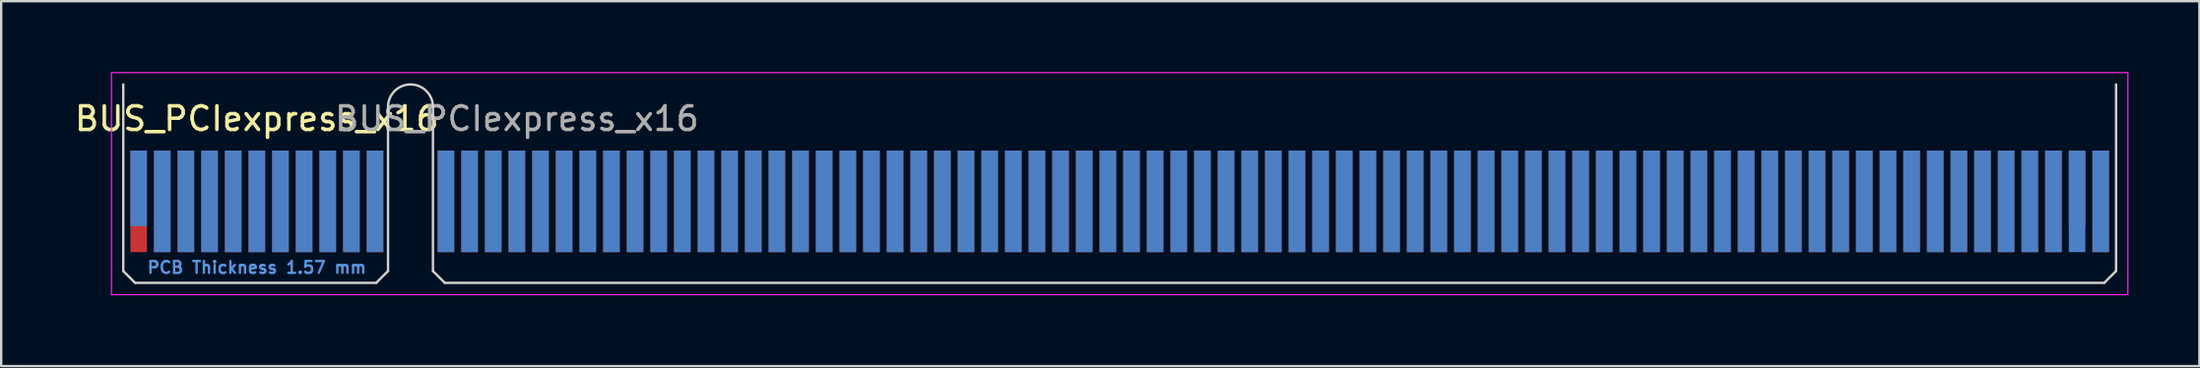
<source format=kicad_pcb>
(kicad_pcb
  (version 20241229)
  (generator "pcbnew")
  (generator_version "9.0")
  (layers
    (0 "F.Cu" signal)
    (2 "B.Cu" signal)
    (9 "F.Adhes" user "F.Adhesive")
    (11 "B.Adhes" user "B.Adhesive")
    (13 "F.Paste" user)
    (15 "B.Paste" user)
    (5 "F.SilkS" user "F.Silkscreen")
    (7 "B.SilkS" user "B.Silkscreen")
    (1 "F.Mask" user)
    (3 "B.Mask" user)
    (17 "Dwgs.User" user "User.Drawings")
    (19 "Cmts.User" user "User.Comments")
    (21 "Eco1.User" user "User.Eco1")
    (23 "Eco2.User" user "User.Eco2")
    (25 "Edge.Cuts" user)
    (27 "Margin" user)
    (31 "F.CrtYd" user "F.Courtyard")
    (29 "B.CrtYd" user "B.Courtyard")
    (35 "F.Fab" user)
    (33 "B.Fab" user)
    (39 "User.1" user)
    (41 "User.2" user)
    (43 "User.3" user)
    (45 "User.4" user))
  (footprint "BUS_PCIexpress_x16"
    (layer "F.Cu")
    (at 2.815 5.475)
    (property "Reference" "BUS_PCIexpress_x16" (at 5 -3.5 0) (layer "F.SilkS") (effects (font (size 1 1) (thickness 0.15))))
    (attr exclude_from_pos_files exclude_from_bom)
    (fp_line (start -0.65 -4.95) (end -0.65 2.95) (stroke (width 0.1) (type solid)) (layer "Edge.Cuts"))
    (fp_line (start -0.65 2.95) (end -0.15 3.45) (stroke (width 0.1) (type solid)) (layer "Edge.Cuts"))
    (fp_line (start -0.15 3.45) (end 10.05 3.45) (stroke (width 0.1) (type solid)) (layer "Edge.Cuts"))
    (fp_line (start 10.55 -4) (end 10.55 2.95) (stroke (width 0.1) (type solid)) (layer "Edge.Cuts"))
    (fp_line (start 10.55 2.95) (end 10.05 3.45) (stroke (width 0.1) (type solid)) (layer "Edge.Cuts"))
    (fp_line (start 12.45 -4) (end 12.45 2.95) (stroke (width 0.1) (type solid)) (layer "Edge.Cuts"))
    (fp_line (start 12.45 2.95) (end 12.95 3.45) (stroke (width 0.1) (type solid)) (layer "Edge.Cuts"))
    (fp_line (start 12.95 3.45) (end 83.15 3.45) (stroke (width 0.1) (type solid)) (layer "Edge.Cuts"))
    (fp_line (start 83.65 -4.95) (end 83.65 2.95) (stroke (width 0.1) (type solid)) (layer "Edge.Cuts"))
    (fp_line (start 83.65 2.95) (end 83.15 3.45) (stroke (width 0.1) (type solid)) (layer "Edge.Cuts"))
    (fp_arc (start 10.55 -4) (mid 11.5 -4.95) (end 12.45 -4) (stroke (width 0.1) (type solid)) (layer "Edge.Cuts"))
    (fp_line (start -1.15 -5.45) (end -1.15 3.95) (stroke (width 0.05) (type solid)) (layer "F.CrtYd"))
    (fp_line (start -1.15 -5.45) (end 84.15 -5.45) (stroke (width 0.05) (type solid)) (layer "F.CrtYd"))
    (fp_line (start 84.15 3.95) (end -1.15 3.95) (stroke (width 0.05) (type solid)) (layer "F.CrtYd"))
    (fp_line (start 84.15 3.95) (end 84.15 -5.45) (stroke (width 0.05) (type solid)) (layer "F.CrtYd"))
    (fp_text user "PCB Thickness 1.57 mm" (at 5 2.8 180) (layer "Cmts.User") (effects (font (size 0.5 0.5) (thickness 0.1))))
    (fp_text user "${REFERENCE}" (at 16 -3.5 0) (layer "F.Fab") (effects (font (size 1 1) (thickness 0.15))))
    (pad "A1" connect rect (at 0 -0.55) (size 0.7 3.2) (layers "B.Cu" "B.Mask"))
    (pad "A2" connect rect (at 1 0) (size 0.7 4.3) (layers "B.Cu" "B.Mask"))
    (pad "A3" connect rect (at 2 0) (size 0.7 4.3) (layers "B.Cu" "B.Mask"))
    (pad "A4" connect rect (at 3 0) (size 0.7 4.3) (layers "B.Cu" "B.Mask"))
    (pad "A5" connect rect (at 4 0) (size 0.7 4.3) (layers "B.Cu" "B.Mask"))
    (pad "A6" connect rect (at 5 0) (size 0.7 4.3) (layers "B.Cu" "B.Mask"))
    (pad "A7" connect rect (at 6 0) (size 0.7 4.3) (layers "B.Cu" "B.Mask"))
    (pad "A8" connect rect (at 7 0) (size 0.7 4.3) (layers "B.Cu" "B.Mask"))
    (pad "A9" connect rect (at 8 0) (size 0.7 4.3) (layers "B.Cu" "B.Mask"))
    (pad "A10" connect rect (at 9 0) (size 0.7 4.3) (layers "B.Cu" "B.Mask"))
    (pad "A11" connect rect (at 10 0) (size 0.7 4.3) (layers "B.Cu" "B.Mask"))
    (pad "A12" connect rect (at 13 0) (size 0.7 4.3) (layers "B.Cu" "B.Mask"))
    (pad "A13" connect rect (at 14 0) (size 0.7 4.3) (layers "B.Cu" "B.Mask"))
    (pad "A14" connect rect (at 15 0) (size 0.7 4.3) (layers "B.Cu" "B.Mask"))
    (pad "A15" connect rect (at 16 0) (size 0.7 4.3) (layers "B.Cu" "B.Mask"))
    (pad "A16" connect rect (at 17 0) (size 0.7 4.3) (layers "B.Cu" "B.Mask"))
    (pad "A17" connect rect (at 18 0) (size 0.7 4.3) (layers "B.Cu" "B.Mask"))
    (pad "A18" connect rect (at 19 0) (size 0.7 4.3) (layers "B.Cu" "B.Mask"))
    (pad "A19" connect rect (at 20 0) (size 0.7 4.3) (layers "B.Cu" "B.Mask"))
    (pad "A20" connect rect (at 21 0) (size 0.7 4.3) (layers "B.Cu" "B.Mask"))
    (pad "A21" connect rect (at 22 0) (size 0.7 4.3) (layers "B.Cu" "B.Mask"))
    (pad "A22" connect rect (at 23 0) (size 0.7 4.3) (layers "B.Cu" "B.Mask"))
    (pad "A23" connect rect (at 24 0) (size 0.7 4.3) (layers "B.Cu" "B.Mask"))
    (pad "A24" connect rect (at 25 0) (size 0.7 4.3) (layers "B.Cu" "B.Mask"))
    (pad "A25" connect rect (at 26 0) (size 0.7 4.3) (layers "B.Cu" "B.Mask"))
    (pad "A26" connect rect (at 27 0) (size 0.7 4.3) (layers "B.Cu" "B.Mask"))
    (pad "A27" connect rect (at 28 0) (size 0.7 4.3) (layers "B.Cu" "B.Mask"))
    (pad "A28" connect rect (at 29 0) (size 0.7 4.3) (layers "B.Cu" "B.Mask"))
    (pad "A29" connect rect (at 30 0) (size 0.7 4.3) (layers "B.Cu" "B.Mask"))
    (pad "A30" connect rect (at 31 0) (size 0.7 4.3) (layers "B.Cu" "B.Mask"))
    (pad "A31" connect rect (at 32 0) (size 0.7 4.3) (layers "B.Cu" "B.Mask"))
    (pad "A32" connect rect (at 33 0) (size 0.7 4.3) (layers "B.Cu" "B.Mask"))
    (pad "A33" connect rect (at 34 0) (size 0.7 4.3) (layers "B.Cu" "B.Mask"))
    (pad "A34" connect rect (at 35 0) (size 0.7 4.3) (layers "B.Cu" "B.Mask"))
    (pad "A35" connect rect (at 36 0) (size 0.7 4.3) (layers "B.Cu" "B.Mask"))
    (pad "A36" connect rect (at 37 0) (size 0.7 4.3) (layers "B.Cu" "B.Mask"))
    (pad "A37" connect rect (at 38 0) (size 0.7 4.3) (layers "B.Cu" "B.Mask"))
    (pad "A38" connect rect (at 39 0) (size 0.7 4.3) (layers "B.Cu" "B.Mask"))
    (pad "A39" connect rect (at 40 0) (size 0.7 4.3) (layers "B.Cu" "B.Mask"))
    (pad "A40" connect rect (at 41 0) (size 0.7 4.3) (layers "B.Cu" "B.Mask"))
    (pad "A41" connect rect (at 42 0) (size 0.7 4.3) (layers "B.Cu" "B.Mask"))
    (pad "A42" connect rect (at 43 0) (size 0.7 4.3) (layers "B.Cu" "B.Mask"))
    (pad "A43" connect rect (at 44 0) (size 0.7 4.3) (layers "B.Cu" "B.Mask"))
    (pad "A44" connect rect (at 45 0) (size 0.7 4.3) (layers "B.Cu" "B.Mask"))
    (pad "A45" connect rect (at 46 0) (size 0.7 4.3) (layers "B.Cu" "B.Mask"))
    (pad "A46" connect rect (at 47 0) (size 0.7 4.3) (layers "B.Cu" "B.Mask"))
    (pad "A47" connect rect (at 48 0) (size 0.7 4.3) (layers "B.Cu" "B.Mask"))
    (pad "A48" connect rect (at 49 0) (size 0.7 4.3) (layers "B.Cu" "B.Mask"))
    (pad "A49" connect rect (at 50 0) (size 0.7 4.3) (layers "B.Cu" "B.Mask"))
    (pad "A50" connect rect (at 51 0) (size 0.7 4.3) (layers "B.Cu" "B.Mask"))
    (pad "A51" connect rect (at 52 0) (size 0.7 4.3) (layers "B.Cu" "B.Mask"))
    (pad "A52" connect rect (at 53 0) (size 0.7 4.3) (layers "B.Cu" "B.Mask"))
    (pad "A53" connect rect (at 54 0) (size 0.7 4.3) (layers "B.Cu" "B.Mask"))
    (pad "A54" connect rect (at 55 0) (size 0.7 4.3) (layers "B.Cu" "B.Mask"))
    (pad "A55" connect rect (at 56 0) (size 0.7 4.3) (layers "B.Cu" "B.Mask"))
    (pad "A56" connect rect (at 57 0) (size 0.7 4.3) (layers "B.Cu" "B.Mask"))
    (pad "A57" connect rect (at 58 0) (size 0.7 4.3) (layers "B.Cu" "B.Mask"))
    (pad "A58" connect rect (at 59 0) (size 0.7 4.3) (layers "B.Cu" "B.Mask"))
    (pad "A59" connect rect (at 60 0) (size 0.7 4.3) (layers "B.Cu" "B.Mask"))
    (pad "A60" connect rect (at 61 0) (size 0.7 4.3) (layers "B.Cu" "B.Mask"))
    (pad "A61" connect rect (at 62 0) (size 0.7 4.3) (layers "B.Cu" "B.Mask"))
    (pad "A62" connect rect (at 63 0) (size 0.7 4.3) (layers "B.Cu" "B.Mask"))
    (pad "A63" connect rect (at 64 0) (size 0.7 4.3) (layers "B.Cu" "B.Mask"))
    (pad "A64" connect rect (at 65 0) (size 0.7 4.3) (layers "B.Cu" "B.Mask"))
    (pad "A65" connect rect (at 66 0) (size 0.7 4.3) (layers "B.Cu" "B.Mask"))
    (pad "A66" connect rect (at 67 0) (size 0.7 4.3) (layers "B.Cu" "B.Mask"))
    (pad "A67" connect rect (at 68 0) (size 0.7 4.3) (layers "B.Cu" "B.Mask"))
    (pad "A68" connect rect (at 69 0) (size 0.7 4.3) (layers "B.Cu" "B.Mask"))
    (pad "A69" connect rect (at 70 0) (size 0.7 4.3) (layers "B.Cu" "B.Mask"))
    (pad "A70" connect rect (at 71 0) (size 0.7 4.3) (layers "B.Cu" "B.Mask"))
    (pad "A71" connect rect (at 72 0) (size 0.7 4.3) (layers "B.Cu" "B.Mask"))
    (pad "A72" connect rect (at 73 0) (size 0.7 4.3) (layers "B.Cu" "B.Mask"))
    (pad "A73" connect rect (at 74 0) (size 0.7 4.3) (layers "B.Cu" "B.Mask"))
    (pad "A74" connect rect (at 75 0) (size 0.7 4.3) (layers "B.Cu" "B.Mask"))
    (pad "A75" connect rect (at 76 0) (size 0.7 4.3) (layers "B.Cu" "B.Mask"))
    (pad "A76" connect rect (at 77 0) (size 0.7 4.3) (layers "B.Cu" "B.Mask"))
    (pad "A77" connect rect (at 78 0) (size 0.7 4.3) (layers "B.Cu" "B.Mask"))
    (pad "A78" connect rect (at 79 0) (size 0.7 4.3) (layers "B.Cu" "B.Mask"))
    (pad "A79" connect rect (at 80 0) (size 0.7 4.3) (layers "B.Cu" "B.Mask"))
    (pad "A80" connect rect (at 81 0) (size 0.7 4.3) (layers "B.Cu" "B.Mask"))
    (pad "A81" connect rect (at 82 0) (size 0.7 4.3) (layers "B.Cu" "B.Mask"))
    (pad "A82" connect rect (at 83 0) (size 0.7 4.3) (layers "B.Cu" "B.Mask"))
    (pad "B1" connect rect (at 0 0) (size 0.7 4.3) (layers "F.Cu" "F.Mask"))
    (pad "B2" connect rect (at 1 0) (size 0.7 4.3) (layers "F.Cu" "F.Mask"))
    (pad "B3" connect rect (at 2 0) (size 0.7 4.3) (layers "F.Cu" "F.Mask"))
    (pad "B4" connect rect (at 3 0) (size 0.7 4.3) (layers "F.Cu" "F.Mask"))
    (pad "B5" connect rect (at 4 0) (size 0.7 4.3) (layers "F.Cu" "F.Mask"))
    (pad "B6" connect rect (at 5 0) (size 0.7 4.3) (layers "F.Cu" "F.Mask"))
    (pad "B7" connect rect (at 6 0) (size 0.7 4.3) (layers "F.Cu" "F.Mask"))
    (pad "B8" connect rect (at 7 0) (size 0.7 4.3) (layers "F.Cu" "F.Mask"))
    (pad "B9" connect rect (at 8 0) (size 0.7 4.3) (layers "F.Cu" "F.Mask"))
    (pad "B10" connect rect (at 9 0) (size 0.7 4.3) (layers "F.Cu" "F.Mask"))
    (pad "B11" connect rect (at 10 0) (size 0.7 4.3) (layers "F.Cu" "F.Mask"))
    (pad "B12" connect rect (at 13 0) (size 0.7 4.3) (layers "F.Cu" "F.Mask"))
    (pad "B13" connect rect (at 14 0) (size 0.7 4.3) (layers "F.Cu" "F.Mask"))
    (pad "B14" connect rect (at 15 0) (size 0.7 4.3) (layers "F.Cu" "F.Mask"))
    (pad "B15" connect rect (at 16 0) (size 0.7 4.3) (layers "F.Cu" "F.Mask"))
    (pad "B16" connect rect (at 17 0) (size 0.7 4.3) (layers "F.Cu" "F.Mask"))
    (pad "B17" connect rect (at 18 0) (size 0.7 4.3) (layers "F.Cu" "F.Mask"))
    (pad "B18" connect rect (at 19 0) (size 0.7 4.3) (layers "F.Cu" "F.Mask"))
    (pad "B19" connect rect (at 20 0) (size 0.7 4.3) (layers "F.Cu" "F.Mask"))
    (pad "B20" connect rect (at 21 0) (size 0.7 4.3) (layers "F.Cu" "F.Mask"))
    (pad "B21" connect rect (at 22 0) (size 0.7 4.3) (layers "F.Cu" "F.Mask"))
    (pad "B22" connect rect (at 23 0) (size 0.7 4.3) (layers "F.Cu" "F.Mask"))
    (pad "B23" connect rect (at 24 0) (size 0.7 4.3) (layers "F.Cu" "F.Mask"))
    (pad "B24" connect rect (at 25 0) (size 0.7 4.3) (layers "F.Cu" "F.Mask"))
    (pad "B25" connect rect (at 26 0) (size 0.7 4.3) (layers "F.Cu" "F.Mask"))
    (pad "B26" connect rect (at 27 0) (size 0.7 4.3) (layers "F.Cu" "F.Mask"))
    (pad "B27" connect rect (at 28 0) (size 0.7 4.3) (layers "F.Cu" "F.Mask"))
    (pad "B28" connect rect (at 29 0) (size 0.7 4.3) (layers "F.Cu" "F.Mask"))
    (pad "B29" connect rect (at 30 0) (size 0.7 4.3) (layers "F.Cu" "F.Mask"))
    (pad "B30" connect rect (at 31 0) (size 0.7 4.3) (layers "F.Cu" "F.Mask"))
    (pad "B31" connect rect (at 32 0) (size 0.7 4.3) (layers "F.Cu" "F.Mask"))
    (pad "B32" connect rect (at 33 0) (size 0.7 4.3) (layers "F.Cu" "F.Mask"))
    (pad "B33" connect rect (at 34 0) (size 0.7 4.3) (layers "F.Cu" "F.Mask"))
    (pad "B34" connect rect (at 35 0) (size 0.7 4.3) (layers "F.Cu" "F.Mask"))
    (pad "B35" connect rect (at 36 0) (size 0.7 4.3) (layers "F.Cu" "F.Mask"))
    (pad "B36" connect rect (at 37 0) (size 0.7 4.3) (layers "F.Cu" "F.Mask"))
    (pad "B37" connect rect (at 38 0) (size 0.7 4.3) (layers "F.Cu" "F.Mask"))
    (pad "B38" connect rect (at 39 0) (size 0.7 4.3) (layers "F.Cu" "F.Mask"))
    (pad "B39" connect rect (at 40 0) (size 0.7 4.3) (layers "F.Cu" "F.Mask"))
    (pad "B40" connect rect (at 41 0) (size 0.7 4.3) (layers "F.Cu" "F.Mask"))
    (pad "B41" connect rect (at 42 0) (size 0.7 4.3) (layers "F.Cu" "F.Mask"))
    (pad "B42" connect rect (at 43 0) (size 0.7 4.3) (layers "F.Cu" "F.Mask"))
    (pad "B43" connect rect (at 44 0) (size 0.7 4.3) (layers "F.Cu" "F.Mask"))
    (pad "B44" connect rect (at 45 0) (size 0.7 4.3) (layers "F.Cu" "F.Mask"))
    (pad "B45" connect rect (at 46 0) (size 0.7 4.3) (layers "F.Cu" "F.Mask"))
    (pad "B46" connect rect (at 47 0) (size 0.7 4.3) (layers "F.Cu" "F.Mask"))
    (pad "B47" connect rect (at 48 0) (size 0.7 4.3) (layers "F.Cu" "F.Mask"))
    (pad "B48" connect rect (at 49 0) (size 0.7 4.3) (layers "F.Cu" "F.Mask"))
    (pad "B49" connect rect (at 50 0) (size 0.7 4.3) (layers "F.Cu" "F.Mask"))
    (pad "B50" connect rect (at 51 0) (size 0.7 4.3) (layers "F.Cu" "F.Mask"))
    (pad "B51" connect rect (at 52 0) (size 0.7 4.3) (layers "F.Cu" "F.Mask"))
    (pad "B52" connect rect (at 53 0) (size 0.7 4.3) (layers "F.Cu" "F.Mask"))
    (pad "B53" connect rect (at 54 0) (size 0.7 4.3) (layers "F.Cu" "F.Mask"))
    (pad "B54" connect rect (at 55 0) (size 0.7 4.3) (layers "F.Cu" "F.Mask"))
    (pad "B55" connect rect (at 56 0) (size 0.7 4.3) (layers "F.Cu" "F.Mask"))
    (pad "B56" connect rect (at 57 0) (size 0.7 4.3) (layers "F.Cu" "F.Mask"))
    (pad "B57" connect rect (at 58 0) (size 0.7 4.3) (layers "F.Cu" "F.Mask"))
    (pad "B58" connect rect (at 59 0) (size 0.7 4.3) (layers "F.Cu" "F.Mask"))
    (pad "B59" connect rect (at 60 0) (size 0.7 4.3) (layers "F.Cu" "F.Mask"))
    (pad "B60" connect rect (at 61 0) (size 0.7 4.3) (layers "F.Cu" "F.Mask"))
    (pad "B61" connect rect (at 62 0) (size 0.7 4.3) (layers "F.Cu" "F.Mask"))
    (pad "B62" connect rect (at 63 0) (size 0.7 4.3) (layers "F.Cu" "F.Mask"))
    (pad "B63" connect rect (at 64 0) (size 0.7 4.3) (layers "F.Cu" "F.Mask"))
    (pad "B64" connect rect (at 65 0) (size 0.7 4.3) (layers "F.Cu" "F.Mask"))
    (pad "B65" connect rect (at 66 0) (size 0.7 4.3) (layers "F.Cu" "F.Mask"))
    (pad "B66" connect rect (at 67 0) (size 0.7 4.3) (layers "F.Cu" "F.Mask"))
    (pad "B67" connect rect (at 68 0) (size 0.7 4.3) (layers "F.Cu" "F.Mask"))
    (pad "B68" connect rect (at 69 0) (size 0.7 4.3) (layers "F.Cu" "F.Mask"))
    (pad "B69" connect rect (at 70 0) (size 0.7 4.3) (layers "F.Cu" "F.Mask"))
    (pad "B70" connect rect (at 71 0) (size 0.7 4.3) (layers "F.Cu" "F.Mask"))
    (pad "B71" connect rect (at 72 0) (size 0.7 4.3) (layers "F.Cu" "F.Mask"))
    (pad "B72" connect rect (at 73 0) (size 0.7 4.3) (layers "F.Cu" "F.Mask"))
    (pad "B73" connect rect (at 74 0) (size 0.7 4.3) (layers "F.Cu" "F.Mask"))
    (pad "B74" connect rect (at 75 0) (size 0.7 4.3) (layers "F.Cu" "F.Mask"))
    (pad "B75" connect rect (at 76 0) (size 0.7 4.3) (layers "F.Cu" "F.Mask"))
    (pad "B76" connect rect (at 77 0) (size 0.7 4.3) (layers "F.Cu" "F.Mask"))
    (pad "B77" connect rect (at 78 0) (size 0.7 4.3) (layers "F.Cu" "F.Mask"))
    (pad "B78" connect rect (at 79 0) (size 0.7 4.3) (layers "F.Cu" "F.Mask"))
    (pad "B79" connect rect (at 80 0) (size 0.7 4.3) (layers "F.Cu" "F.Mask"))
    (pad "B80" connect rect (at 81 0) (size 0.7 4.3) (layers "F.Cu" "F.Mask"))
    (pad "B81" connect rect (at 82 -0.55) (size 0.7 3.2) (layers "F.Cu" "F.Mask"))
    (pad "B82" connect rect (at 83 0) (size 0.7 4.3) (layers "F.Cu" "F.Mask")))
  (gr_rect
    (start -3 -3)
    (end 89.99 12.45)
    (stroke (width 0.1) (type default))
    (fill no)
    (layer "Edge.Cuts")))
</source>
